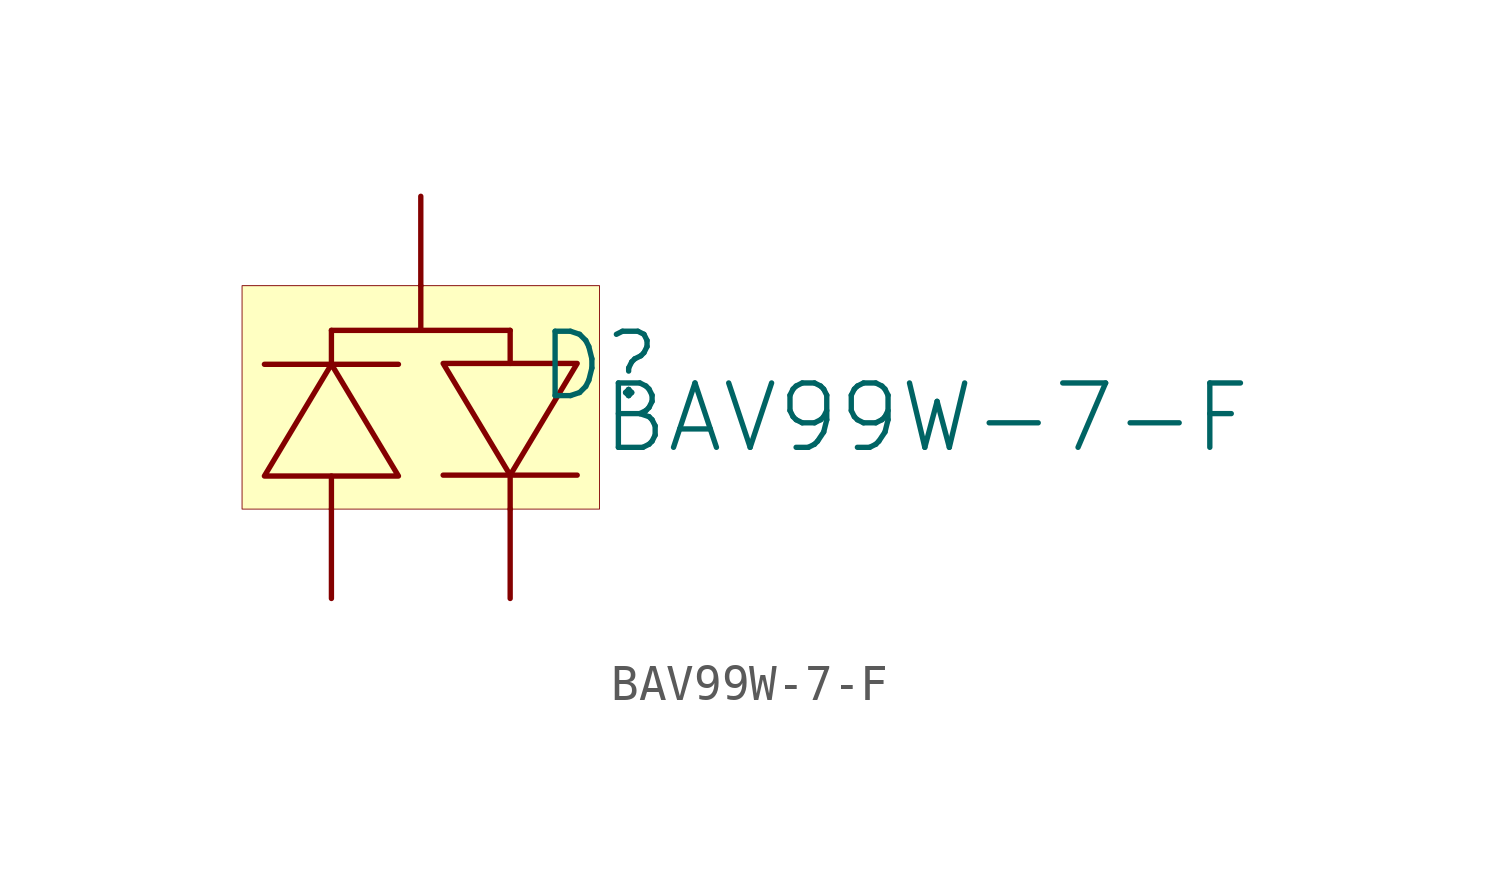
<source format=kicad_sym>
(kicad_symbol_lib
  (version 20241209)
  (generator "kicad_symbol_editor")
  (generator_version "9.0")
  (symbol "BAV99W-7-F"
    (pin_numbers
      (hide yes))
    (pin_names
      (hide yes))
    (property "Reference" "D"
      (at 5.08 1.524 0)
      (effects (font (size 1.829 1.829))))
    (property "Value" "BAV99W-7-F"
      (at 5.08 -1.016 0)
      (effects (font (size 1.829 1.829)) (justify left bottom)))
    (symbol "BAV99W-7-F_1_0"
      (polyline (pts (xy -4.445 1.575) (xy -0.635 1.575)) (stroke (width 0) (type solid)) (fill (type none)))
      (polyline (pts (xy -2.54 2.54) (xy -2.54 1.575)) (stroke (width 0) (type solid)) (fill (type none)))
      (polyline (pts (xy -2.54 2.54) (xy 2.54 2.54)) (stroke (width 0) (type solid)) (fill (type none)))
      (polyline (pts (xy -2.54 1.575) (xy -4.445 -1.6) (xy -0.635 -1.6) (xy -2.54 1.575)) (stroke (width 0) (type solid)) (fill (type background)))
      (polyline (pts (xy -2.54 -1.6) (xy -2.54 -2.54)) (stroke (width 0) (type solid)) (fill (type none)))
      (polyline (pts (xy 0 3.81) (xy 0 2.54)) (stroke (width 0) (type solid)) (fill (type none)))
      (polyline (pts (xy 2.54 1.6) (xy 2.54 2.54)) (stroke (width 0) (type solid)) (fill (type none)))
      (polyline (pts (xy 2.54 -1.575) (xy 4.445 1.6) (xy 0.635 1.6) (xy 2.54 -1.575)) (stroke (width 0) (type solid)) (fill (type background)))
      (polyline (pts (xy 2.54 -2.54) (xy 2.54 -1.575)) (stroke (width 0) (type solid)) (fill (type none)))
      (polyline (pts (xy 4.445 -1.575) (xy 0.635 -1.575)) (stroke (width 0) (type solid)) (fill (type none)))
      (rectangle (start 5.08 3.81) (end -5.08 -2.54) (stroke (width 0.025) (type solid) (color 128 0 0 1)) (fill (type background)))
      (pin passive line (at -2.54 -5.08 90) (length 2.54) (name "Anode_1" (effects (font (size 1.27 1.27)))) (number "1" (effects (font (size 1.27 1.27)))))
      (pin passive line (at 0 6.35 270) (length 2.54) (name "Common" (effects (font (size 1.27 1.27)))) (number "3" (effects (font (size 1.27 1.27)))))
      (pin passive line (at 2.54 -5.08 90) (length 2.54) (name "Cathode_2" (effects (font (size 1.27 1.27)))) (number "2" (effects (font (size 1.27 1.27))))))))
</source>
